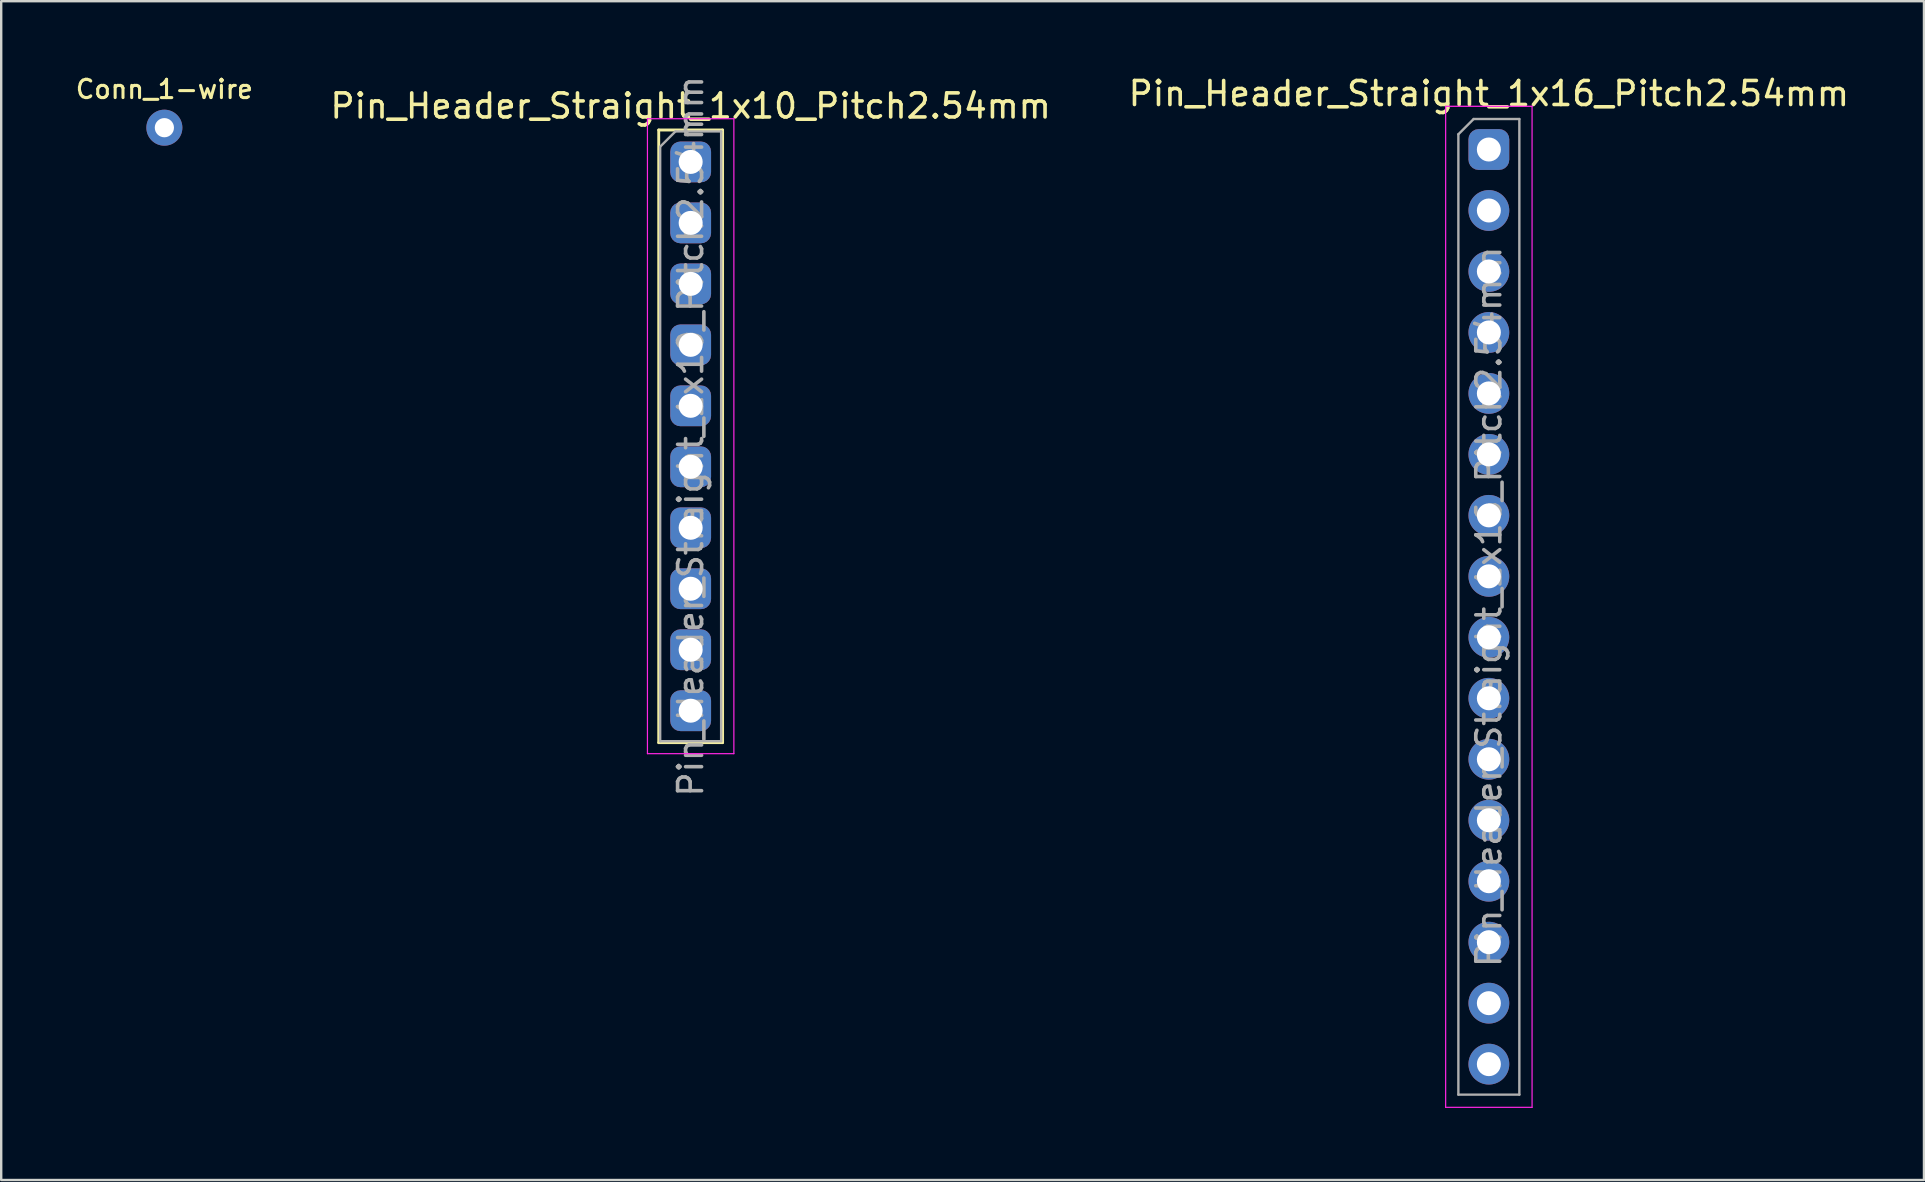
<source format=kicad_pcb>
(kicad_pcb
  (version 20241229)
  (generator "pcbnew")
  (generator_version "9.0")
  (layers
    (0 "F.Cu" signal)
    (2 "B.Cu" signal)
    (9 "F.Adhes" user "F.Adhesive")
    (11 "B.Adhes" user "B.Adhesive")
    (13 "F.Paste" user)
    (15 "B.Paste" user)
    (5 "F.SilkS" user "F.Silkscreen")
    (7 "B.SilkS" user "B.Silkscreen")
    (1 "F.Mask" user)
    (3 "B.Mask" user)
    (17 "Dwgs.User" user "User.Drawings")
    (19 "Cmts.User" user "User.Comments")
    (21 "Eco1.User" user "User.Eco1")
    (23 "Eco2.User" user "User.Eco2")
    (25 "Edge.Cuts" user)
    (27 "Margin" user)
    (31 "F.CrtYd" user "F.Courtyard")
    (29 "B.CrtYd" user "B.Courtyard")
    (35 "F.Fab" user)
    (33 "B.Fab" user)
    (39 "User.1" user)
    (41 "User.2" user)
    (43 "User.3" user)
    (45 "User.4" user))
  (footprint "Pin_Header_Straight_1x10_Pitch2.54mm"
    (layer "F.Cu")
    (at 25.72 3.695)
    (property "Reference" "Pin_Header_Straight_1x10_Pitch2.54mm" (at 0 -2.33 0) (layer "F.SilkS") (effects (font (size 1 1) (thickness 0.15))))
    (attr through_hole)
    (fp_line (start -1.33 -1.33) (end -1.33 24.19) (stroke (width 0.12) (type solid)) (layer "F.SilkS"))
    (fp_line (start -1.33 -1.33) (end 1.33 -1.33) (stroke (width 0.12) (type solid)) (layer "F.SilkS"))
    (fp_line (start -1.33 24.19) (end 1.33 24.19) (stroke (width 0.12) (type solid)) (layer "F.SilkS"))
    (fp_line (start 1.33 -1.33) (end 1.33 24.19) (stroke (width 0.12) (type solid)) (layer "F.SilkS"))
    (fp_line (start -1.8 -1.8) (end -1.8 24.65) (stroke (width 0.05) (type solid)) (layer "F.CrtYd"))
    (fp_line (start -1.8 24.65) (end 1.8 24.65) (stroke (width 0.05) (type solid)) (layer "F.CrtYd"))
    (fp_line (start 1.8 -1.8) (end -1.8 -1.8) (stroke (width 0.05) (type solid)) (layer "F.CrtYd"))
    (fp_line (start 1.8 24.65) (end 1.8 -1.8) (stroke (width 0.05) (type solid)) (layer "F.CrtYd"))
    (fp_line (start -1.27 -0.635) (end -0.635 -1.27) (stroke (width 0.1) (type solid)) (layer "F.Fab"))
    (fp_line (start -1.27 24.13) (end -1.27 -0.635) (stroke (width 0.1) (type solid)) (layer "F.Fab"))
    (fp_line (start -0.635 -1.27) (end 1.27 -1.27) (stroke (width 0.1) (type solid)) (layer "F.Fab"))
    (fp_line (start 1.27 -1.27) (end 1.27 24.13) (stroke (width 0.1) (type solid)) (layer "F.Fab"))
    (fp_line (start 1.27 24.13) (end -1.27 24.13) (stroke (width 0.1) (type solid)) (layer "F.Fab"))
    (fp_text user "${REFERENCE}" (at 0 11.43 90) (layer "F.Fab") (effects (font (size 1 1) (thickness 0.15))))
    (pad "1" thru_hole roundrect (at 0 0) (size 1.7 1.7) (drill 1) (layers "*.Cu" "*.Mask") (roundrect_rratio 0.25))
    (pad "2" thru_hole roundrect (at 0 2.54) (size 1.7 1.7) (drill 1) (layers "*.Cu" "*.Mask") (roundrect_rratio 0.25))
    (pad "3" thru_hole roundrect (at 0 5.08) (size 1.7 1.7) (drill 1) (layers "*.Cu" "*.Mask") (roundrect_rratio 0.25))
    (pad "4" thru_hole roundrect (at 0 7.62) (size 1.7 1.7) (drill 1) (layers "*.Cu" "*.Mask") (roundrect_rratio 0.25))
    (pad "5" thru_hole roundrect (at 0 10.16) (size 1.7 1.7) (drill 1) (layers "*.Cu" "*.Mask") (roundrect_rratio 0.25))
    (pad "6" thru_hole roundrect (at 0 12.7) (size 1.7 1.7) (drill 1) (layers "*.Cu" "*.Mask") (roundrect_rratio 0.25))
    (pad "7" thru_hole roundrect (at 0 15.24) (size 1.7 1.7) (drill 1) (layers "*.Cu" "*.Mask") (roundrect_rratio 0.25))
    (pad "8" thru_hole roundrect (at 0 17.78) (size 1.7 1.7) (drill 1) (layers "*.Cu" "*.Mask") (roundrect_rratio 0.25))
    (pad "9" thru_hole roundrect (at 0 20.32) (size 1.7 1.7) (drill 1) (layers "*.Cu" "*.Mask") (roundrect_rratio 0.25))
    (pad "10" thru_hole roundrect (at 0 22.86) (size 1.7 1.7) (drill 1) (layers "*.Cu" "*.Mask") (roundrect_rratio 0.25)))
  (footprint "Conn_1-wire"
    (layer "F.Cu")
    (at 3.797 2.269)
    (property "Reference" "Conn_1-wire" (at 0 -1.6 0) (layer "F.SilkS") (effects (font (size 0.762 0.762) (thickness 0.127))))
    (attr through_hole)
    (pad "1" thru_hole circle (at 0 0) (size 1.5 1.5) (drill 0.8) (layers "*.Cu" "*.Mask")))
  (footprint "Pin_Header_Straight_1x16_Pitch2.54mm"
    (layer "F.Cu")
    (at 58.97 3.178)
    (property "Reference" "Pin_Header_Straight_1x16_Pitch2.54mm" (at 0 -2.33 0) (layer "F.SilkS") (effects (font (size 1 1) (thickness 0.15))))
    (attr through_hole)
    (fp_line (start -1.8 -1.8) (end -1.8 39.9) (stroke (width 0.05) (type solid)) (layer "F.CrtYd"))
    (fp_line (start -1.8 39.9) (end 1.8 39.9) (stroke (width 0.05) (type solid)) (layer "F.CrtYd"))
    (fp_line (start 1.8 -1.8) (end -1.8 -1.8) (stroke (width 0.05) (type solid)) (layer "F.CrtYd"))
    (fp_line (start 1.8 39.9) (end 1.8 -1.8) (stroke (width 0.05) (type solid)) (layer "F.CrtYd"))
    (fp_line (start -1.27 -0.635) (end -0.635 -1.27) (stroke (width 0.1) (type solid)) (layer "F.Fab"))
    (fp_line (start -1.27 39.37) (end -1.27 -0.635) (stroke (width 0.1) (type solid)) (layer "F.Fab"))
    (fp_line (start -0.635 -1.27) (end 1.27 -1.27) (stroke (width 0.1) (type solid)) (layer "F.Fab"))
    (fp_line (start 1.27 -1.27) (end 1.27 39.37) (stroke (width 0.1) (type solid)) (layer "F.Fab"))
    (fp_line (start 1.27 39.37) (end -1.27 39.37) (stroke (width 0.1) (type solid)) (layer "F.Fab"))
    (fp_text user "${REFERENCE}" (at 0 19.05 90) (layer "F.Fab") (effects (font (size 1 1) (thickness 0.15))))
    (pad "1" thru_hole roundrect (at 0 0) (size 1.7 1.7) (drill 1) (layers "*.Cu" "*.Mask") (roundrect_rratio 0.25))
    (pad "2" thru_hole oval (at 0 2.54) (size 1.7 1.7) (drill 1) (layers "*.Cu" "*.Mask"))
    (pad "3" thru_hole oval (at 0 5.08) (size 1.7 1.7) (drill 1) (layers "*.Cu" "*.Mask"))
    (pad "4" thru_hole oval (at 0 7.62) (size 1.7 1.7) (drill 1) (layers "*.Cu" "*.Mask"))
    (pad "5" thru_hole oval (at 0 10.16) (size 1.7 1.7) (drill 1) (layers "*.Cu" "*.Mask"))
    (pad "6" thru_hole oval (at 0 12.7) (size 1.7 1.7) (drill 1) (layers "*.Cu" "*.Mask"))
    (pad "7" thru_hole oval (at 0 15.24) (size 1.7 1.7) (drill 1) (layers "*.Cu" "*.Mask"))
    (pad "8" thru_hole oval (at 0 17.78) (size 1.7 1.7) (drill 1) (layers "*.Cu" "*.Mask"))
    (pad "9" thru_hole oval (at 0 20.32) (size 1.7 1.7) (drill 1) (layers "*.Cu" "*.Mask"))
    (pad "10" thru_hole oval (at 0 22.86) (size 1.7 1.7) (drill 1) (layers "*.Cu" "*.Mask"))
    (pad "11" thru_hole oval (at 0 25.4) (size 1.7 1.7) (drill 1) (layers "*.Cu" "*.Mask"))
    (pad "12" thru_hole oval (at 0 27.94) (size 1.7 1.7) (drill 1) (layers "*.Cu" "*.Mask"))
    (pad "13" thru_hole oval (at 0 30.48) (size 1.7 1.7) (drill 1) (layers "*.Cu" "*.Mask"))
    (pad "14" thru_hole oval (at 0 33.02) (size 1.7 1.7) (drill 1) (layers "*.Cu" "*.Mask"))
    (pad "15" thru_hole oval (at 0 35.56) (size 1.7 1.7) (drill 1) (layers "*.Cu" "*.Mask"))
    (pad "16" thru_hole oval (at 0 38.1) (size 1.7 1.7) (drill 1) (layers "*.Cu" "*.Mask")))
  (gr_rect
    (start -3 -3)
    (end 77.095 46.103)
    (stroke (width 0.1) (type default))
    (fill no)
    (layer "Edge.Cuts")))
</source>
